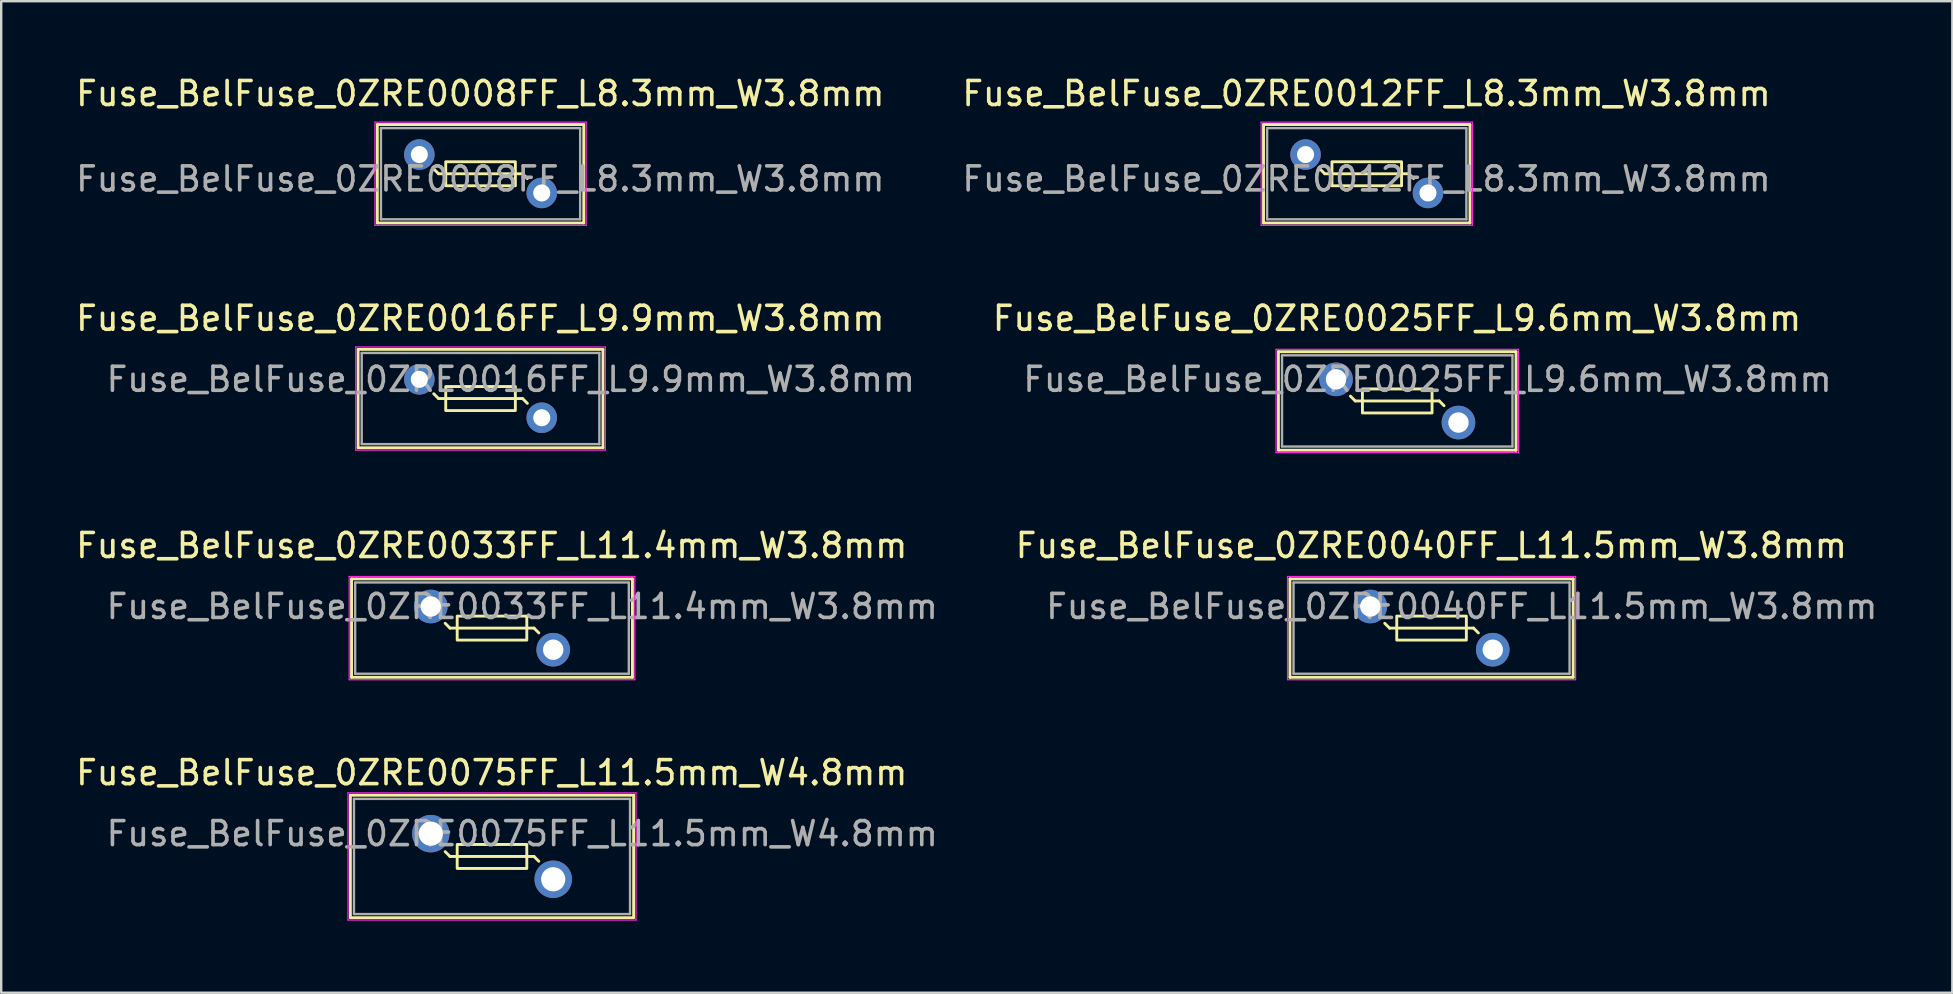
<source format=kicad_pcb>
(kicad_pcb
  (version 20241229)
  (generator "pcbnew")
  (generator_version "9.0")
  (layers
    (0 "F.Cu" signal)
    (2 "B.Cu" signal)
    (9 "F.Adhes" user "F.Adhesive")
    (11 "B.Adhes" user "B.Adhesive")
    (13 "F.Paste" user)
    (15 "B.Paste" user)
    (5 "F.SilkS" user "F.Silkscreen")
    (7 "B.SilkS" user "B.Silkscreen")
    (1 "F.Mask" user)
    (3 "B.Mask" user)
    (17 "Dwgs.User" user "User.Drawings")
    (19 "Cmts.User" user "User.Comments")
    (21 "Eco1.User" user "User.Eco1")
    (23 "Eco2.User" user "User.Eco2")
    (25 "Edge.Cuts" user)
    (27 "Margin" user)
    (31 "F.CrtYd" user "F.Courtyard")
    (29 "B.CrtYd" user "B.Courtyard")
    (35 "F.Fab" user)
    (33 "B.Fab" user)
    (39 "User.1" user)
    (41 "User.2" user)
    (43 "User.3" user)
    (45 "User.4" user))
  (footprint "Fuse_BelFuse_0ZRE0025FF_L9.6mm_W3.8mm"
    (layer "F.Cu")
    (at 52.605 12.752)
    (property "Reference" "Fuse_BelFuse_0ZRE0025FF_L9.6mm_W3.8mm" (at 2.54 -2.54 0) (layer "F.SilkS") (effects (font (size 1 1) (thickness 0.15))))
    (fp_line (start -2.4 -1.15) (end -2.4 2.95) (stroke (width 0.12) (type solid)) (layer "F.SilkS"))
    (fp_line (start -2.4 -1.15) (end 7.5 -1.15) (stroke (width 0.12) (type solid)) (layer "F.SilkS"))
    (fp_line (start -2.4 2.95) (end 7.5 2.95) (stroke (width 0.12) (type solid)) (layer "F.SilkS"))
    (fp_line (start 0.8 0.9) (end 0.6 0.7) (stroke (width 0.12) (type solid)) (layer "F.SilkS"))
    (fp_line (start 0.8 0.9) (end 4.3 0.9) (stroke (width 0.12) (type solid)) (layer "F.SilkS"))
    (fp_line (start 4.3 0.9) (end 4.5 1.1) (stroke (width 0.12) (type solid)) (layer "F.SilkS"))
    (fp_line (start 7.5 -1.15) (end 7.5 2.95) (stroke (width 0.12) (type solid)) (layer "F.SilkS"))
    (fp_rect (start 1.1 0.4) (end 4 1.4) (stroke (width 0.12) (type solid)) (fill no) (layer "F.SilkS"))
    (fp_line (start -2.5 -1.25) (end -2.5 3.05) (stroke (width 0.05) (type solid)) (layer "F.CrtYd"))
    (fp_line (start -2.5 -1.25) (end 7.6 -1.25) (stroke (width 0.05) (type solid)) (layer "F.CrtYd"))
    (fp_line (start -2.5 3.05) (end 7.6 3.05) (stroke (width 0.05) (type solid)) (layer "F.CrtYd"))
    (fp_line (start 7.6 -1.25) (end 7.6 3.05) (stroke (width 0.05) (type solid)) (layer "F.CrtYd"))
    (fp_line (start -2.25 -1) (end -2.25 2.8) (stroke (width 0.1) (type solid)) (layer "F.Fab"))
    (fp_line (start -2.25 -1) (end 7.35 -1) (stroke (width 0.1) (type solid)) (layer "F.Fab"))
    (fp_line (start -2.25 2.8) (end 7.35 2.8) (stroke (width 0.1) (type solid)) (layer "F.Fab"))
    (fp_line (start 7.35 -1) (end 7.35 2.8) (stroke (width 0.1) (type solid)) (layer "F.Fab"))
    (fp_text user "${REFERENCE}" (at 3.81 0 0) (layer "F.Fab") (effects (font (size 1 1) (thickness 0.15))))
    (pad "1" thru_hole circle (at 0 0) (size 1.4 1.4) (drill 0.85) (layers "*.Cu" "*.Mask"))
    (pad "2" thru_hole circle (at 5.1 1.8) (size 1.4 1.4) (drill 0.85) (layers "*.Cu" "*.Mask")))
  (footprint "Fuse_BelFuse_0ZRE0016FF_L9.9mm_W3.8mm"
    (layer "F.Cu")
    (at 14.418 12.752)
    (property "Reference" "Fuse_BelFuse_0ZRE0016FF_L9.9mm_W3.8mm" (at 2.54 -2.54 0) (layer "F.SilkS") (effects (font (size 1 1) (thickness 0.15))))
    (fp_line (start -2.55 -1.25) (end -2.55 2.85) (stroke (width 0.12) (type solid)) (layer "F.SilkS"))
    (fp_line (start -2.55 -1.25) (end 7.65 -1.25) (stroke (width 0.12) (type solid)) (layer "F.SilkS"))
    (fp_line (start -2.55 2.85) (end 7.65 2.85) (stroke (width 0.12) (type solid)) (layer "F.SilkS"))
    (fp_line (start 0.8 0.8) (end 0.6 0.6) (stroke (width 0.12) (type solid)) (layer "F.SilkS"))
    (fp_line (start 0.8 0.8) (end 4.3 0.8) (stroke (width 0.12) (type solid)) (layer "F.SilkS"))
    (fp_line (start 4.3 0.8) (end 4.5 1) (stroke (width 0.12) (type solid)) (layer "F.SilkS"))
    (fp_line (start 7.65 -1.25) (end 7.65 2.85) (stroke (width 0.12) (type solid)) (layer "F.SilkS"))
    (fp_rect (start 1.1 0.3) (end 4 1.3) (stroke (width 0.12) (type solid)) (fill no) (layer "F.SilkS"))
    (fp_line (start -2.65 -1.35) (end -2.65 2.95) (stroke (width 0.05) (type solid)) (layer "F.CrtYd"))
    (fp_line (start -2.65 -1.35) (end 7.75 -1.35) (stroke (width 0.05) (type solid)) (layer "F.CrtYd"))
    (fp_line (start -2.65 2.95) (end 7.75 2.95) (stroke (width 0.05) (type solid)) (layer "F.CrtYd"))
    (fp_line (start 7.75 -1.35) (end 7.75 2.95) (stroke (width 0.05) (type solid)) (layer "F.CrtYd"))
    (fp_line (start -2.4 -1.1) (end -2.4 2.7) (stroke (width 0.1) (type solid)) (layer "F.Fab"))
    (fp_line (start -2.4 -1.1) (end 7.5 -1.1) (stroke (width 0.1) (type solid)) (layer "F.Fab"))
    (fp_line (start -2.4 2.7) (end 7.5 2.7) (stroke (width 0.1) (type solid)) (layer "F.Fab"))
    (fp_line (start 7.5 -1.1) (end 7.5 2.7) (stroke (width 0.1) (type solid)) (layer "F.Fab"))
    (fp_text user "${REFERENCE}" (at 3.81 0 0) (layer "F.Fab") (effects (font (size 1 1) (thickness 0.15))))
    (pad "1" thru_hole circle (at 0 0) (size 1.27 1.27) (drill 0.71) (layers "*.Cu" "*.Mask"))
    (pad "2" thru_hole circle (at 5.1 1.6) (size 1.27 1.27) (drill 0.71) (layers "*.Cu" "*.Mask")))
  (footprint "Fuse_BelFuse_0ZRE0075FF_L11.5mm_W4.8mm"
    (layer "F.Cu")
    (at 14.895 31.678)
    (property "Reference" "Fuse_BelFuse_0ZRE0075FF_L11.5mm_W4.8mm" (at 2.54 -2.54 0) (layer "F.SilkS") (effects (font (size 1 1) (thickness 0.15))))
    (fp_line (start -3.35 -1.6) (end -3.35 3.5) (stroke (width 0.12) (type solid)) (layer "F.SilkS"))
    (fp_line (start -3.35 -1.6) (end 8.45 -1.6) (stroke (width 0.12) (type solid)) (layer "F.SilkS"))
    (fp_line (start -3.35 3.5) (end 8.45 3.5) (stroke (width 0.12) (type solid)) (layer "F.SilkS"))
    (fp_line (start 0.8 0.95) (end 0.6 0.75) (stroke (width 0.12) (type solid)) (layer "F.SilkS"))
    (fp_line (start 0.8 0.95) (end 4.3 0.95) (stroke (width 0.12) (type solid)) (layer "F.SilkS"))
    (fp_line (start 4.3 0.95) (end 4.5 1.15) (stroke (width 0.12) (type solid)) (layer "F.SilkS"))
    (fp_line (start 8.45 -1.6) (end 8.45 3.5) (stroke (width 0.12) (type solid)) (layer "F.SilkS"))
    (fp_rect (start 1.1 0.45) (end 4 1.45) (stroke (width 0.12) (type solid)) (fill no) (layer "F.SilkS"))
    (fp_line (start -3.45 -1.7) (end -3.45 3.6) (stroke (width 0.05) (type solid)) (layer "F.CrtYd"))
    (fp_line (start -3.45 -1.7) (end 8.55 -1.7) (stroke (width 0.05) (type solid)) (layer "F.CrtYd"))
    (fp_line (start -3.45 3.6) (end 8.55 3.6) (stroke (width 0.05) (type solid)) (layer "F.CrtYd"))
    (fp_line (start 8.55 -1.7) (end 8.55 3.6) (stroke (width 0.05) (type solid)) (layer "F.CrtYd"))
    (fp_line (start -3.2 -1.45) (end -3.2 3.35) (stroke (width 0.1) (type solid)) (layer "F.Fab"))
    (fp_line (start -3.2 -1.45) (end 8.3 -1.45) (stroke (width 0.1) (type solid)) (layer "F.Fab"))
    (fp_line (start -3.2 3.35) (end 8.3 3.35) (stroke (width 0.1) (type solid)) (layer "F.Fab"))
    (fp_line (start 8.3 -1.45) (end 8.3 3.35) (stroke (width 0.1) (type solid)) (layer "F.Fab"))
    (fp_text user "${REFERENCE}" (at 3.81 0 0) (layer "F.Fab") (effects (font (size 1 1) (thickness 0.15))))
    (pad "1" thru_hole circle (at 0 0) (size 1.56 1.56) (drill 1.01) (layers "*.Cu" "*.Mask"))
    (pad "2" thru_hole circle (at 5.1 1.9) (size 1.56 1.56) (drill 1.01) (layers "*.Cu" "*.Mask")))
  (footprint "Fuse_BelFuse_0ZRE0012FF_L8.3mm_W3.8mm"
    (layer "F.Cu")
    (at 51.335 3.388)
    (property "Reference" "Fuse_BelFuse_0ZRE0012FF_L8.3mm_W3.8mm" (at 2.54 -2.54 0) (layer "F.SilkS") (effects (font (size 1 1) (thickness 0.15))))
    (fp_line (start -1.75 -1.25) (end -1.75 2.85) (stroke (width 0.12) (type solid)) (layer "F.SilkS"))
    (fp_line (start -1.75 -1.25) (end 6.85 -1.25) (stroke (width 0.12) (type solid)) (layer "F.SilkS"))
    (fp_line (start -1.75 2.85) (end 6.85 2.85) (stroke (width 0.12) (type solid)) (layer "F.SilkS"))
    (fp_line (start 0.8 0.8) (end 0.6 0.6) (stroke (width 0.12) (type solid)) (layer "F.SilkS"))
    (fp_line (start 0.8 0.8) (end 4.3 0.8) (stroke (width 0.12) (type solid)) (layer "F.SilkS"))
    (fp_line (start 4.3 0.8) (end 4.5 1) (stroke (width 0.12) (type solid)) (layer "F.SilkS"))
    (fp_line (start 6.85 -1.25) (end 6.85 2.85) (stroke (width 0.12) (type solid)) (layer "F.SilkS"))
    (fp_rect (start 1.1 0.3) (end 4 1.3) (stroke (width 0.12) (type solid)) (fill no) (layer "F.SilkS"))
    (fp_line (start -1.85 -1.35) (end -1.85 2.95) (stroke (width 0.05) (type solid)) (layer "F.CrtYd"))
    (fp_line (start -1.85 -1.35) (end 6.95 -1.35) (stroke (width 0.05) (type solid)) (layer "F.CrtYd"))
    (fp_line (start -1.85 2.95) (end 6.95 2.95) (stroke (width 0.05) (type solid)) (layer "F.CrtYd"))
    (fp_line (start 6.95 -1.35) (end 6.95 2.95) (stroke (width 0.05) (type solid)) (layer "F.CrtYd"))
    (fp_line (start -1.6 -1.1) (end -1.6 2.7) (stroke (width 0.1) (type solid)) (layer "F.Fab"))
    (fp_line (start -1.6 -1.1) (end 6.7 -1.1) (stroke (width 0.1) (type solid)) (layer "F.Fab"))
    (fp_line (start -1.6 2.7) (end 6.7 2.7) (stroke (width 0.1) (type solid)) (layer "F.Fab"))
    (fp_line (start 6.7 -1.1) (end 6.7 2.7) (stroke (width 0.1) (type solid)) (layer "F.Fab"))
    (fp_text user "${REFERENCE}" (at 2.54 1.016 0) (layer "F.Fab") (effects (font (size 1 1) (thickness 0.15))))
    (pad "1" thru_hole circle (at 0 0) (size 1.27 1.27) (drill 0.71) (layers "*.Cu" "*.Mask"))
    (pad "2" thru_hole circle (at 5.1 1.6) (size 1.27 1.27) (drill 0.71) (layers "*.Cu" "*.Mask")))
  (footprint "Fuse_BelFuse_0ZRE0040FF_L11.5mm_W3.8mm"
    (layer "F.Cu")
    (at 54.034 22.215)
    (property "Reference" "Fuse_BelFuse_0ZRE0040FF_L11.5mm_W3.8mm" (at 2.54 -2.54 0) (layer "F.SilkS") (effects (font (size 1 1) (thickness 0.15))))
    (fp_line (start -3.35 -1.15) (end -3.35 2.95) (stroke (width 0.12) (type solid)) (layer "F.SilkS"))
    (fp_line (start -3.35 -1.15) (end 8.45 -1.15) (stroke (width 0.12) (type solid)) (layer "F.SilkS"))
    (fp_line (start -3.35 2.95) (end 8.45 2.95) (stroke (width 0.12) (type solid)) (layer "F.SilkS"))
    (fp_line (start 0.8 0.9) (end 0.6 0.7) (stroke (width 0.12) (type solid)) (layer "F.SilkS"))
    (fp_line (start 0.8 0.9) (end 4.3 0.9) (stroke (width 0.12) (type solid)) (layer "F.SilkS"))
    (fp_line (start 4.3 0.9) (end 4.5 1.1) (stroke (width 0.12) (type solid)) (layer "F.SilkS"))
    (fp_line (start 8.45 -1.15) (end 8.45 2.95) (stroke (width 0.12) (type solid)) (layer "F.SilkS"))
    (fp_rect (start 1.1 0.4) (end 4 1.4) (stroke (width 0.12) (type solid)) (fill no) (layer "F.SilkS"))
    (fp_line (start -3.45 -1.25) (end -3.45 3.05) (stroke (width 0.05) (type solid)) (layer "F.CrtYd"))
    (fp_line (start -3.45 -1.25) (end 8.55 -1.25) (stroke (width 0.05) (type solid)) (layer "F.CrtYd"))
    (fp_line (start -3.45 3.05) (end 8.55 3.05) (stroke (width 0.05) (type solid)) (layer "F.CrtYd"))
    (fp_line (start 8.55 -1.25) (end 8.55 3.05) (stroke (width 0.05) (type solid)) (layer "F.CrtYd"))
    (fp_line (start -3.2 -1) (end -3.2 2.8) (stroke (width 0.1) (type solid)) (layer "F.Fab"))
    (fp_line (start -3.2 -1) (end 8.3 -1) (stroke (width 0.1) (type solid)) (layer "F.Fab"))
    (fp_line (start -3.2 2.8) (end 8.3 2.8) (stroke (width 0.1) (type solid)) (layer "F.Fab"))
    (fp_line (start 8.3 -1) (end 8.3 2.8) (stroke (width 0.1) (type solid)) (layer "F.Fab"))
    (fp_text user "${REFERENCE}" (at 3.81 0 0) (layer "F.Fab") (effects (font (size 1 1) (thickness 0.15))))
    (pad "1" thru_hole circle (at 0 0) (size 1.4 1.4) (drill 0.85) (layers "*.Cu" "*.Mask"))
    (pad "2" thru_hole circle (at 5.1 1.8) (size 1.4 1.4) (drill 0.85) (layers "*.Cu" "*.Mask")))
  (footprint "Fuse_BelFuse_0ZRE0033FF_L11.4mm_W3.8mm"
    (layer "F.Cu")
    (at 14.895 22.215)
    (property "Reference" "Fuse_BelFuse_0ZRE0033FF_L11.4mm_W3.8mm" (at 2.54 -2.54 0) (layer "F.SilkS") (effects (font (size 1 1) (thickness 0.15))))
    (fp_line (start -3.3 -1.15) (end -3.3 2.95) (stroke (width 0.12) (type solid)) (layer "F.SilkS"))
    (fp_line (start -3.3 -1.15) (end 8.4 -1.15) (stroke (width 0.12) (type solid)) (layer "F.SilkS"))
    (fp_line (start -3.3 2.95) (end 8.4 2.95) (stroke (width 0.12) (type solid)) (layer "F.SilkS"))
    (fp_line (start 0.8 0.9) (end 0.6 0.7) (stroke (width 0.12) (type solid)) (layer "F.SilkS"))
    (fp_line (start 0.8 0.9) (end 4.3 0.9) (stroke (width 0.12) (type solid)) (layer "F.SilkS"))
    (fp_line (start 4.3 0.9) (end 4.5 1.1) (stroke (width 0.12) (type solid)) (layer "F.SilkS"))
    (fp_line (start 8.4 -1.15) (end 8.4 2.95) (stroke (width 0.12) (type solid)) (layer "F.SilkS"))
    (fp_rect (start 1.1 0.4) (end 4 1.4) (stroke (width 0.12) (type solid)) (fill no) (layer "F.SilkS"))
    (fp_line (start -3.4 -1.25) (end -3.4 3.05) (stroke (width 0.05) (type solid)) (layer "F.CrtYd"))
    (fp_line (start -3.4 -1.25) (end 8.5 -1.25) (stroke (width 0.05) (type solid)) (layer "F.CrtYd"))
    (fp_line (start -3.4 3.05) (end 8.5 3.05) (stroke (width 0.05) (type solid)) (layer "F.CrtYd"))
    (fp_line (start 8.5 -1.25) (end 8.5 3.05) (stroke (width 0.05) (type solid)) (layer "F.CrtYd"))
    (fp_line (start -3.15 -1) (end -3.15 2.8) (stroke (width 0.1) (type solid)) (layer "F.Fab"))
    (fp_line (start -3.15 -1) (end 8.25 -1) (stroke (width 0.1) (type solid)) (layer "F.Fab"))
    (fp_line (start -3.15 2.8) (end 8.25 2.8) (stroke (width 0.1) (type solid)) (layer "F.Fab"))
    (fp_line (start 8.25 -1) (end 8.25 2.8) (stroke (width 0.1) (type solid)) (layer "F.Fab"))
    (fp_text user "${REFERENCE}" (at 3.81 0 0) (layer "F.Fab") (effects (font (size 1 1) (thickness 0.15))))
    (pad "1" thru_hole circle (at 0 0) (size 1.4 1.4) (drill 0.85) (layers "*.Cu" "*.Mask"))
    (pad "2" thru_hole circle (at 5.1 1.8) (size 1.4 1.4) (drill 0.85) (layers "*.Cu" "*.Mask")))
  (footprint "Fuse_BelFuse_0ZRE0008FF_L8.3mm_W3.8mm"
    (layer "F.Cu")
    (at 14.418 3.388)
    (property "Reference" "Fuse_BelFuse_0ZRE0008FF_L8.3mm_W3.8mm" (at 2.54 -2.54 0) (layer "F.SilkS") (effects (font (size 1 1) (thickness 0.15))))
    (fp_line (start -1.75 -1.25) (end -1.75 2.85) (stroke (width 0.12) (type solid)) (layer "F.SilkS"))
    (fp_line (start -1.75 -1.25) (end 6.85 -1.25) (stroke (width 0.12) (type solid)) (layer "F.SilkS"))
    (fp_line (start -1.75 2.85) (end 6.85 2.85) (stroke (width 0.12) (type solid)) (layer "F.SilkS"))
    (fp_line (start 0.8 0.8) (end 0.6 0.6) (stroke (width 0.12) (type solid)) (layer "F.SilkS"))
    (fp_line (start 0.8 0.8) (end 4.3 0.8) (stroke (width 0.12) (type solid)) (layer "F.SilkS"))
    (fp_line (start 4.3 0.8) (end 4.5 1) (stroke (width 0.12) (type solid)) (layer "F.SilkS"))
    (fp_line (start 6.85 -1.25) (end 6.85 2.85) (stroke (width 0.12) (type solid)) (layer "F.SilkS"))
    (fp_rect (start 1.1 0.3) (end 4 1.3) (stroke (width 0.12) (type solid)) (fill no) (layer "F.SilkS"))
    (fp_line (start -1.85 -1.35) (end -1.85 2.95) (stroke (width 0.05) (type solid)) (layer "F.CrtYd"))
    (fp_line (start -1.85 -1.35) (end 6.95 -1.35) (stroke (width 0.05) (type solid)) (layer "F.CrtYd"))
    (fp_line (start -1.85 2.95) (end 6.95 2.95) (stroke (width 0.05) (type solid)) (layer "F.CrtYd"))
    (fp_line (start 6.95 -1.35) (end 6.95 2.95) (stroke (width 0.05) (type solid)) (layer "F.CrtYd"))
    (fp_line (start -1.6 -1.1) (end -1.6 2.7) (stroke (width 0.1) (type solid)) (layer "F.Fab"))
    (fp_line (start -1.6 -1.1) (end 6.7 -1.1) (stroke (width 0.1) (type solid)) (layer "F.Fab"))
    (fp_line (start -1.6 2.7) (end 6.7 2.7) (stroke (width 0.1) (type solid)) (layer "F.Fab"))
    (fp_line (start 6.7 -1.1) (end 6.7 2.7) (stroke (width 0.1) (type solid)) (layer "F.Fab"))
    (fp_text user "${REFERENCE}" (at 2.54 1.016 0) (layer "F.Fab") (effects (font (size 1 1) (thickness 0.15))))
    (pad "1" thru_hole circle (at 0 0) (size 1.27 1.27) (drill 0.71) (layers "*.Cu" "*.Mask"))
    (pad "2" thru_hole circle (at 5.1 1.6) (size 1.27 1.27) (drill 0.71) (layers "*.Cu" "*.Mask")))
  (gr_rect
    (start -3 -3)
    (end 78.278 38.303)
    (stroke (width 0.1) (type default))
    (fill no)
    (layer "Edge.Cuts")))
</source>
